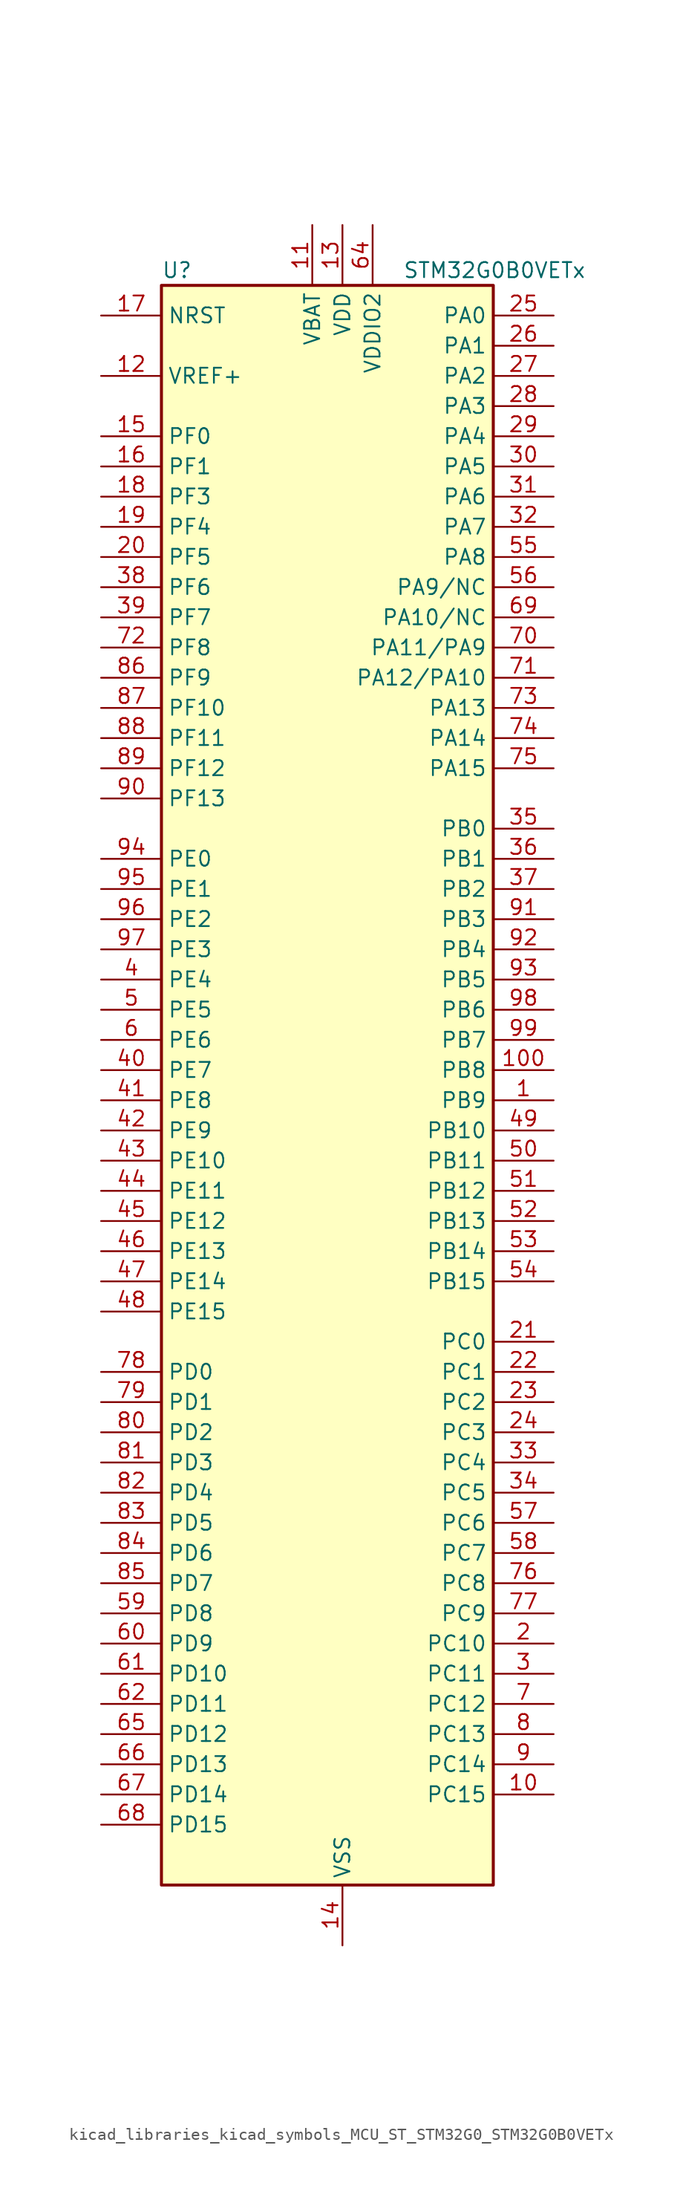
<source format=kicad_sym>
(kicad_symbol_lib
  (version 20220914)
  (generator kicad_symbol_editor)
  (symbol "kicad_libraries_kicad_symbols_MCU_ST_STM32G0_STM32G0B0VETx"
    (property "Reference" "U"
      (at -12.7 69.85 0)
      (effects (font (size 1.27 1.27)) (justify left)))
    (property "Value" "STM32G0B0VETx"
      (at 7.62 69.85 0)
      (effects (font (size 1.27 1.27)) (justify left)))
    (property "ki_locked" ""
      (at 0 0 0)
      (effects (font (size 1.27 1.27))))
    (symbol "kicad_libraries_kicad_symbols_MCU_ST_STM32G0_STM32G0B0VETx_0_1"
      (rectangle (start -12.7 -66.04) (end 15.24 68.58) (stroke (width 0.254) (type default)) (fill (type background))))
    (symbol "kicad_libraries_kicad_symbols_MCU_ST_STM32G0_STM32G0B0VETx_1_1"
      (pin bidirectional line (at 20.32 0 180) (length 5.08) (name "PB9" (effects (font (size 1.27 1.27)))) (number "1" (effects (font (size 1.27 1.27)))) (alternate "I2C1_SDA" bidirectional line) (alternate "I2S2_WS" bidirectional line) (alternate "IR_OUT" bidirectional line) (alternate "SPI2_NSS" bidirectional line) (alternate "TIM17_CH1" bidirectional line) (alternate "TIM4_CH4" bidirectional line) (alternate "USART3_RX" bidirectional line) (alternate "USART6_RX" bidirectional line))
      (pin bidirectional line (at 20.32 -58.42 180) (length 5.08) (name "PC15" (effects (font (size 1.27 1.27)))) (number "10" (effects (font (size 1.27 1.27)))) (alternate "RCC_OSC32_EN" bidirectional line) (alternate "RCC_OSC32_OUT" bidirectional line) (alternate "RCC_OSC_EN" bidirectional line) (alternate "TIM15_BK" bidirectional line))
      (pin bidirectional line (at 20.32 2.54 180) (length 5.08) (name "PB8" (effects (font (size 1.27 1.27)))) (number "100" (effects (font (size 1.27 1.27)))) (alternate "I2C1_SCL" bidirectional line) (alternate "I2S2_CK" bidirectional line) (alternate "SPI2_SCK" bidirectional line) (alternate "TIM15_BK" bidirectional line) (alternate "TIM16_CH1" bidirectional line) (alternate "TIM4_CH3" bidirectional line) (alternate "USART3_TX" bidirectional line) (alternate "USART6_TX" bidirectional line))
      (pin power_in line (at 0 73.66 270) (length 5.08) (name "VBAT" (effects (font (size 1.27 1.27)))) (number "11" (effects (font (size 1.27 1.27)))))
      (pin input line (at -17.78 60.96 0) (length 5.08) (name "VREF+" (effects (font (size 1.27 1.27)))) (number "12" (effects (font (size 1.27 1.27)))))
      (pin power_in line (at 2.54 73.66 270) (length 5.08) (name "VDD" (effects (font (size 1.27 1.27)))) (number "13" (effects (font (size 1.27 1.27)))))
      (pin power_in line (at 2.54 -71.12 90) (length 5.08) (name "VSS" (effects (font (size 1.27 1.27)))) (number "14" (effects (font (size 1.27 1.27)))))
      (pin bidirectional line (at -17.78 55.88 0) (length 5.08) (name "PF0" (effects (font (size 1.27 1.27)))) (number "15" (effects (font (size 1.27 1.27)))) (alternate "CRS1_SYNC" bidirectional line) (alternate "RCC_OSC_IN" bidirectional line) (alternate "TIM14_CH1" bidirectional line))
      (pin bidirectional line (at -17.78 53.34 0) (length 5.08) (name "PF1" (effects (font (size 1.27 1.27)))) (number "16" (effects (font (size 1.27 1.27)))) (alternate "RCC_OSC_EN" bidirectional line) (alternate "RCC_OSC_OUT" bidirectional line) (alternate "TIM15_CH1N" bidirectional line))
      (pin input line (at -17.78 66.04 0) (length 5.08) (name "NRST" (effects (font (size 1.27 1.27)))) (number "17" (effects (font (size 1.27 1.27)))))
      (pin bidirectional line (at -17.78 50.8 0) (length 5.08) (name "PF3" (effects (font (size 1.27 1.27)))) (number "18" (effects (font (size 1.27 1.27)))) (alternate "USART6_CK" bidirectional line) (alternate "USART6_DE" bidirectional line) (alternate "USART6_RTS" bidirectional line))
      (pin bidirectional line (at -17.78 48.26 0) (length 5.08) (name "PF4" (effects (font (size 1.27 1.27)))) (number "19" (effects (font (size 1.27 1.27)))))
      (pin bidirectional line (at 20.32 -45.72 180) (length 5.08) (name "PC10" (effects (font (size 1.27 1.27)))) (number "2" (effects (font (size 1.27 1.27)))) (alternate "SPI3_SCK" bidirectional line) (alternate "TIM1_CH3" bidirectional line) (alternate "USART3_TX" bidirectional line) (alternate "USART4_TX" bidirectional line))
      (pin bidirectional line (at -17.78 45.72 0) (length 5.08) (name "PF5" (effects (font (size 1.27 1.27)))) (number "20" (effects (font (size 1.27 1.27)))))
      (pin bidirectional line (at 20.32 -20.32 180) (length 5.08) (name "PC0" (effects (font (size 1.27 1.27)))) (number "21" (effects (font (size 1.27 1.27)))) (alternate "I2C3_SCL" bidirectional line) (alternate "USART6_TX" bidirectional line))
      (pin bidirectional line (at 20.32 -22.86 180) (length 5.08) (name "PC1" (effects (font (size 1.27 1.27)))) (number "22" (effects (font (size 1.27 1.27)))) (alternate "I2C3_SDA" bidirectional line) (alternate "TIM15_CH1" bidirectional line) (alternate "USART6_RX" bidirectional line))
      (pin bidirectional line (at 20.32 -25.4 180) (length 5.08) (name "PC2" (effects (font (size 1.27 1.27)))) (number "23" (effects (font (size 1.27 1.27)))) (alternate "I2S2_MCK" bidirectional line) (alternate "SPI2_MISO" bidirectional line) (alternate "TIM15_CH2" bidirectional line))
      (pin bidirectional line (at 20.32 -27.94 180) (length 5.08) (name "PC3" (effects (font (size 1.27 1.27)))) (number "24" (effects (font (size 1.27 1.27)))) (alternate "I2S2_SD" bidirectional line) (alternate "SPI2_MOSI" bidirectional line))
      (pin bidirectional line (at 20.32 66.04 180) (length 5.08) (name "PA0" (effects (font (size 1.27 1.27)))) (number "25" (effects (font (size 1.27 1.27)))) (alternate "ADC1_IN0" bidirectional line) (alternate "I2S2_CK" bidirectional line) (alternate "RTC_TAMP_IN2" bidirectional line) (alternate "SPI2_SCK" bidirectional line) (alternate "SYS_WKUP1" bidirectional line) (alternate "USART2_CTS" bidirectional line) (alternate "USART2_NSS" bidirectional line) (alternate "USART4_TX" bidirectional line))
      (pin bidirectional line (at 20.32 63.5 180) (length 5.08) (name "PA1" (effects (font (size 1.27 1.27)))) (number "26" (effects (font (size 1.27 1.27)))) (alternate "ADC1_IN1" bidirectional line) (alternate "I2C1_SMBA" bidirectional line) (alternate "I2S1_CK" bidirectional line) (alternate "SPI1_SCK" bidirectional line) (alternate "TIM15_CH1N" bidirectional line) (alternate "USART2_CK" bidirectional line) (alternate "USART2_DE" bidirectional line) (alternate "USART2_RTS" bidirectional line) (alternate "USART4_RX" bidirectional line))
      (pin bidirectional line (at 20.32 60.96 180) (length 5.08) (name "PA2" (effects (font (size 1.27 1.27)))) (number "27" (effects (font (size 1.27 1.27)))) (alternate "ADC1_IN2" bidirectional line) (alternate "I2S1_SD" bidirectional line) (alternate "RCC_LSCO" bidirectional line) (alternate "SPI1_MOSI" bidirectional line) (alternate "SYS_WKUP4" bidirectional line) (alternate "TIM15_CH1" bidirectional line) (alternate "USART2_TX" bidirectional line))
      (pin bidirectional line (at 20.32 58.42 180) (length 5.08) (name "PA3" (effects (font (size 1.27 1.27)))) (number "28" (effects (font (size 1.27 1.27)))) (alternate "ADC1_IN3" bidirectional line) (alternate "I2S2_MCK" bidirectional line) (alternate "SPI2_MISO" bidirectional line) (alternate "TIM15_CH2" bidirectional line) (alternate "USART2_RX" bidirectional line))
      (pin bidirectional line (at 20.32 55.88 180) (length 5.08) (name "PA4" (effects (font (size 1.27 1.27)))) (number "29" (effects (font (size 1.27 1.27)))) (alternate "ADC1_IN4" bidirectional line) (alternate "I2S1_WS" bidirectional line) (alternate "I2S2_SD" bidirectional line) (alternate "RTC_OUT2" bidirectional line) (alternate "SPI1_NSS" bidirectional line) (alternate "SPI2_MOSI" bidirectional line) (alternate "SPI3_NSS" bidirectional line) (alternate "TIM14_CH1" bidirectional line) (alternate "USART6_TX" bidirectional line) (alternate "USB_NOE" bidirectional line))
      (pin bidirectional line (at 20.32 -48.26 180) (length 5.08) (name "PC11" (effects (font (size 1.27 1.27)))) (number "3" (effects (font (size 1.27 1.27)))) (alternate "ADC1_EXTI11" bidirectional line) (alternate "SPI3_MISO" bidirectional line) (alternate "TIM1_CH4" bidirectional line) (alternate "USART3_RX" bidirectional line) (alternate "USART4_RX" bidirectional line))
      (pin bidirectional line (at 20.32 53.34 180) (length 5.08) (name "PA5" (effects (font (size 1.27 1.27)))) (number "30" (effects (font (size 1.27 1.27)))) (alternate "ADC1_IN5" bidirectional line) (alternate "I2S1_CK" bidirectional line) (alternate "SPI1_SCK" bidirectional line) (alternate "USART3_TX" bidirectional line) (alternate "USART6_RX" bidirectional line))
      (pin bidirectional line (at 20.32 50.8 180) (length 5.08) (name "PA6" (effects (font (size 1.27 1.27)))) (number "31" (effects (font (size 1.27 1.27)))) (alternate "ADC1_IN6" bidirectional line) (alternate "I2C2_SDA" bidirectional line) (alternate "I2C3_SDA" bidirectional line) (alternate "I2S1_MCK" bidirectional line) (alternate "SPI1_MISO" bidirectional line) (alternate "TIM16_CH1" bidirectional line) (alternate "TIM1_BK" bidirectional line) (alternate "TIM3_CH1" bidirectional line) (alternate "USART3_CTS" bidirectional line) (alternate "USART3_NSS" bidirectional line) (alternate "USART6_CTS" bidirectional line) (alternate "USART6_NSS" bidirectional line))
      (pin bidirectional line (at 20.32 48.26 180) (length 5.08) (name "PA7" (effects (font (size 1.27 1.27)))) (number "32" (effects (font (size 1.27 1.27)))) (alternate "ADC1_IN7" bidirectional line) (alternate "I2C2_SCL" bidirectional line) (alternate "I2C3_SCL" bidirectional line) (alternate "I2S1_SD" bidirectional line) (alternate "SPI1_MOSI" bidirectional line) (alternate "TIM14_CH1" bidirectional line) (alternate "TIM17_CH1" bidirectional line) (alternate "TIM1_CH1N" bidirectional line) (alternate "TIM3_CH2" bidirectional line) (alternate "USART6_CK" bidirectional line) (alternate "USART6_DE" bidirectional line) (alternate "USART6_RTS" bidirectional line))
      (pin bidirectional line (at 20.32 -30.48 180) (length 5.08) (name "PC4" (effects (font (size 1.27 1.27)))) (number "33" (effects (font (size 1.27 1.27)))) (alternate "ADC1_IN17" bidirectional line) (alternate "USART1_TX" bidirectional line) (alternate "USART3_TX" bidirectional line))
      (pin bidirectional line (at 20.32 -33.02 180) (length 5.08) (name "PC5" (effects (font (size 1.27 1.27)))) (number "34" (effects (font (size 1.27 1.27)))) (alternate "ADC1_IN18" bidirectional line) (alternate "SYS_WKUP5" bidirectional line) (alternate "USART1_RX" bidirectional line) (alternate "USART3_RX" bidirectional line))
      (pin bidirectional line (at 20.32 22.86 180) (length 5.08) (name "PB0" (effects (font (size 1.27 1.27)))) (number "35" (effects (font (size 1.27 1.27)))) (alternate "ADC1_IN8" bidirectional line) (alternate "I2S1_WS" bidirectional line) (alternate "SPI1_NSS" bidirectional line) (alternate "TIM1_CH2N" bidirectional line) (alternate "TIM3_CH3" bidirectional line) (alternate "USART3_RX" bidirectional line) (alternate "USART5_TX" bidirectional line))
      (pin bidirectional line (at 20.32 20.32 180) (length 5.08) (name "PB1" (effects (font (size 1.27 1.27)))) (number "36" (effects (font (size 1.27 1.27)))) (alternate "ADC1_IN9" bidirectional line) (alternate "TIM14_CH1" bidirectional line) (alternate "TIM1_CH3N" bidirectional line) (alternate "TIM3_CH4" bidirectional line) (alternate "USART3_CK" bidirectional line) (alternate "USART3_DE" bidirectional line) (alternate "USART3_RTS" bidirectional line) (alternate "USART5_RX" bidirectional line))
      (pin bidirectional line (at 20.32 17.78 180) (length 5.08) (name "PB2" (effects (font (size 1.27 1.27)))) (number "37" (effects (font (size 1.27 1.27)))) (alternate "ADC1_IN10" bidirectional line) (alternate "I2S2_MCK" bidirectional line) (alternate "RCC_MCO_2" bidirectional line) (alternate "SPI2_MISO" bidirectional line) (alternate "USART3_TX" bidirectional line))
      (pin bidirectional line (at -17.78 43.18 0) (length 5.08) (name "PF6" (effects (font (size 1.27 1.27)))) (number "38" (effects (font (size 1.27 1.27)))))
      (pin bidirectional line (at -17.78 40.64 0) (length 5.08) (name "PF7" (effects (font (size 1.27 1.27)))) (number "39" (effects (font (size 1.27 1.27)))) (alternate "USART5_CTS" bidirectional line) (alternate "USART5_NSS" bidirectional line))
      (pin bidirectional line (at -17.78 10.16 0) (length 5.08) (name "PE4" (effects (font (size 1.27 1.27)))) (number "4" (effects (font (size 1.27 1.27)))) (alternate "TIM3_CH2" bidirectional line))
      (pin bidirectional line (at -17.78 2.54 0) (length 5.08) (name "PE7" (effects (font (size 1.27 1.27)))) (number "40" (effects (font (size 1.27 1.27)))) (alternate "TIM1_ETR" bidirectional line) (alternate "USART5_CK" bidirectional line) (alternate "USART5_DE" bidirectional line) (alternate "USART5_RTS" bidirectional line))
      (pin bidirectional line (at -17.78 0 0) (length 5.08) (name "PE8" (effects (font (size 1.27 1.27)))) (number "41" (effects (font (size 1.27 1.27)))) (alternate "TIM1_CH1N" bidirectional line) (alternate "USART4_TX" bidirectional line))
      (pin bidirectional line (at -17.78 -2.54 0) (length 5.08) (name "PE9" (effects (font (size 1.27 1.27)))) (number "42" (effects (font (size 1.27 1.27)))) (alternate "TIM1_CH1" bidirectional line) (alternate "USART4_RX" bidirectional line))
      (pin bidirectional line (at -17.78 -5.08 0) (length 5.08) (name "PE10" (effects (font (size 1.27 1.27)))) (number "43" (effects (font (size 1.27 1.27)))) (alternate "TIM1_CH2N" bidirectional line) (alternate "USART5_TX" bidirectional line))
      (pin bidirectional line (at -17.78 -7.62 0) (length 5.08) (name "PE11" (effects (font (size 1.27 1.27)))) (number "44" (effects (font (size 1.27 1.27)))) (alternate "ADC1_EXTI11" bidirectional line) (alternate "TIM1_CH2" bidirectional line) (alternate "USART5_RX" bidirectional line))
      (pin bidirectional line (at -17.78 -10.16 0) (length 5.08) (name "PE12" (effects (font (size 1.27 1.27)))) (number "45" (effects (font (size 1.27 1.27)))) (alternate "I2S1_WS" bidirectional line) (alternate "SPI1_NSS" bidirectional line) (alternate "TIM1_CH3N" bidirectional line))
      (pin bidirectional line (at -17.78 -12.7 0) (length 5.08) (name "PE13" (effects (font (size 1.27 1.27)))) (number "46" (effects (font (size 1.27 1.27)))) (alternate "I2S1_CK" bidirectional line) (alternate "SPI1_SCK" bidirectional line) (alternate "TIM1_CH3" bidirectional line))
      (pin bidirectional line (at -17.78 -15.24 0) (length 5.08) (name "PE14" (effects (font (size 1.27 1.27)))) (number "47" (effects (font (size 1.27 1.27)))) (alternate "I2S1_MCK" bidirectional line) (alternate "SPI1_MISO" bidirectional line) (alternate "TIM1_BK2" bidirectional line) (alternate "TIM1_CH4" bidirectional line))
      (pin bidirectional line (at -17.78 -17.78 0) (length 5.08) (name "PE15" (effects (font (size 1.27 1.27)))) (number "48" (effects (font (size 1.27 1.27)))) (alternate "I2S1_SD" bidirectional line) (alternate "SPI1_MOSI" bidirectional line) (alternate "TIM1_BK" bidirectional line))
      (pin bidirectional line (at 20.32 -2.54 180) (length 5.08) (name "PB10" (effects (font (size 1.27 1.27)))) (number "49" (effects (font (size 1.27 1.27)))) (alternate "ADC1_IN11" bidirectional line) (alternate "I2C2_SCL" bidirectional line) (alternate "I2S2_CK" bidirectional line) (alternate "SPI2_SCK" bidirectional line) (alternate "USART3_TX" bidirectional line))
      (pin bidirectional line (at -17.78 7.62 0) (length 5.08) (name "PE5" (effects (font (size 1.27 1.27)))) (number "5" (effects (font (size 1.27 1.27)))) (alternate "TIM3_CH3" bidirectional line))
      (pin bidirectional line (at 20.32 -5.08 180) (length 5.08) (name "PB11" (effects (font (size 1.27 1.27)))) (number "50" (effects (font (size 1.27 1.27)))) (alternate "ADC1_EXTI11" bidirectional line) (alternate "ADC1_IN15" bidirectional line) (alternate "I2C2_SDA" bidirectional line) (alternate "I2S2_SD" bidirectional line) (alternate "SPI2_MOSI" bidirectional line) (alternate "USART3_RX" bidirectional line))
      (pin bidirectional line (at 20.32 -7.62 180) (length 5.08) (name "PB12" (effects (font (size 1.27 1.27)))) (number "51" (effects (font (size 1.27 1.27)))) (alternate "ADC1_IN16" bidirectional line) (alternate "I2C2_SMBA" bidirectional line) (alternate "I2S2_WS" bidirectional line) (alternate "SPI2_NSS" bidirectional line) (alternate "TIM15_BK" bidirectional line) (alternate "TIM1_BK" bidirectional line))
      (pin bidirectional line (at 20.32 -10.16 180) (length 5.08) (name "PB13" (effects (font (size 1.27 1.27)))) (number "52" (effects (font (size 1.27 1.27)))) (alternate "I2C2_SCL" bidirectional line) (alternate "I2S2_CK" bidirectional line) (alternate "SPI2_SCK" bidirectional line) (alternate "TIM15_CH1N" bidirectional line) (alternate "TIM1_CH1N" bidirectional line) (alternate "USART3_CTS" bidirectional line) (alternate "USART3_NSS" bidirectional line))
      (pin bidirectional line (at 20.32 -12.7 180) (length 5.08) (name "PB14" (effects (font (size 1.27 1.27)))) (number "53" (effects (font (size 1.27 1.27)))) (alternate "I2C2_SDA" bidirectional line) (alternate "I2S2_MCK" bidirectional line) (alternate "SPI2_MISO" bidirectional line) (alternate "TIM15_CH1" bidirectional line) (alternate "TIM1_CH2N" bidirectional line) (alternate "USART3_CK" bidirectional line) (alternate "USART3_DE" bidirectional line) (alternate "USART3_RTS" bidirectional line) (alternate "USART6_CK" bidirectional line) (alternate "USART6_DE" bidirectional line) (alternate "USART6_RTS" bidirectional line))
      (pin bidirectional line (at 20.32 -15.24 180) (length 5.08) (name "PB15" (effects (font (size 1.27 1.27)))) (number "54" (effects (font (size 1.27 1.27)))) (alternate "I2S2_SD" bidirectional line) (alternate "RTC_REFIN" bidirectional line) (alternate "SPI2_MOSI" bidirectional line) (alternate "TIM15_CH1N" bidirectional line) (alternate "TIM15_CH2" bidirectional line) (alternate "TIM1_CH3N" bidirectional line) (alternate "USART6_CTS" bidirectional line) (alternate "USART6_NSS" bidirectional line))
      (pin bidirectional line (at 20.32 45.72 180) (length 5.08) (name "PA8" (effects (font (size 1.27 1.27)))) (number "55" (effects (font (size 1.27 1.27)))) (alternate "CRS1_SYNC" bidirectional line) (alternate "I2C2_SMBA" bidirectional line) (alternate "I2S2_WS" bidirectional line) (alternate "RCC_MCO" bidirectional line) (alternate "SPI2_NSS" bidirectional line) (alternate "TIM1_CH1" bidirectional line))
      (pin bidirectional line (at 20.32 43.18 180) (length 5.08) (name "PA9/NC" (effects (font (size 1.27 1.27)))) (number "56" (effects (font (size 1.27 1.27)))) (alternate "I2C1_SCL" bidirectional line) (alternate "I2C2_SCL" bidirectional line) (alternate "I2S2_MCK" bidirectional line) (alternate "RCC_MCO" bidirectional line) (alternate "SPI2_MISO" bidirectional line) (alternate "TIM15_BK" bidirectional line) (alternate "TIM1_CH2" bidirectional line) (alternate "USART1_TX" bidirectional line))
      (pin bidirectional line (at 20.32 -35.56 180) (length 5.08) (name "PC6" (effects (font (size 1.27 1.27)))) (number "57" (effects (font (size 1.27 1.27)))) (alternate "TIM3_CH1" bidirectional line))
      (pin bidirectional line (at 20.32 -38.1 180) (length 5.08) (name "PC7" (effects (font (size 1.27 1.27)))) (number "58" (effects (font (size 1.27 1.27)))) (alternate "TIM3_CH2" bidirectional line))
      (pin bidirectional line (at -17.78 -43.18 0) (length 5.08) (name "PD8" (effects (font (size 1.27 1.27)))) (number "59" (effects (font (size 1.27 1.27)))) (alternate "I2S1_CK" bidirectional line) (alternate "SPI1_SCK" bidirectional line) (alternate "USART3_TX" bidirectional line))
      (pin bidirectional line (at -17.78 5.08 0) (length 5.08) (name "PE6" (effects (font (size 1.27 1.27)))) (number "6" (effects (font (size 1.27 1.27)))) (alternate "RTC_TAMP_IN3" bidirectional line) (alternate "SYS_WKUP3" bidirectional line) (alternate "TIM3_CH4" bidirectional line))
      (pin bidirectional line (at -17.78 -45.72 0) (length 5.08) (name "PD9" (effects (font (size 1.27 1.27)))) (number "60" (effects (font (size 1.27 1.27)))) (alternate "I2S1_WS" bidirectional line) (alternate "SPI1_NSS" bidirectional line) (alternate "TIM1_BK2" bidirectional line) (alternate "USART3_RX" bidirectional line))
      (pin bidirectional line (at -17.78 -48.26 0) (length 5.08) (name "PD10" (effects (font (size 1.27 1.27)))) (number "61" (effects (font (size 1.27 1.27)))) (alternate "RCC_MCO" bidirectional line))
      (pin bidirectional line (at -17.78 -50.8 0) (length 5.08) (name "PD11" (effects (font (size 1.27 1.27)))) (number "62" (effects (font (size 1.27 1.27)))) (alternate "ADC1_EXTI11" bidirectional line) (alternate "USART3_CTS" bidirectional line) (alternate "USART3_NSS" bidirectional line))
      (pin passive line (at 2.54 -71.12 90) (length 5.08) hide (name "VSS" (effects (font (size 1.27 1.27)))) (number "63" (effects (font (size 1.27 1.27)))))
      (pin power_in line (at 5.08 73.66 270) (length 5.08) (name "VDDIO2" (effects (font (size 1.27 1.27)))) (number "64" (effects (font (size 1.27 1.27)))))
      (pin bidirectional line (at -17.78 -53.34 0) (length 5.08) (name "PD12" (effects (font (size 1.27 1.27)))) (number "65" (effects (font (size 1.27 1.27)))) (alternate "TIM4_CH1" bidirectional line) (alternate "USART3_CK" bidirectional line) (alternate "USART3_DE" bidirectional line) (alternate "USART3_RTS" bidirectional line))
      (pin bidirectional line (at -17.78 -55.88 0) (length 5.08) (name "PD13" (effects (font (size 1.27 1.27)))) (number "66" (effects (font (size 1.27 1.27)))) (alternate "TIM4_CH2" bidirectional line))
      (pin bidirectional line (at -17.78 -58.42 0) (length 5.08) (name "PD14" (effects (font (size 1.27 1.27)))) (number "67" (effects (font (size 1.27 1.27)))) (alternate "TIM4_CH3" bidirectional line))
      (pin bidirectional line (at -17.78 -60.96 0) (length 5.08) (name "PD15" (effects (font (size 1.27 1.27)))) (number "68" (effects (font (size 1.27 1.27)))) (alternate "CRS1_SYNC" bidirectional line) (alternate "TIM4_CH4" bidirectional line))
      (pin bidirectional line (at 20.32 40.64 180) (length 5.08) (name "PA10/NC" (effects (font (size 1.27 1.27)))) (number "69" (effects (font (size 1.27 1.27)))) (alternate "I2C1_SDA" bidirectional line) (alternate "I2C2_SDA" bidirectional line) (alternate "I2S2_SD" bidirectional line) (alternate "RCC_MCO_2" bidirectional line) (alternate "SPI2_MOSI" bidirectional line) (alternate "TIM17_BK" bidirectional line) (alternate "TIM1_CH3" bidirectional line) (alternate "USART1_RX" bidirectional line))
      (pin bidirectional line (at 20.32 -50.8 180) (length 5.08) (name "PC12" (effects (font (size 1.27 1.27)))) (number "7" (effects (font (size 1.27 1.27)))) (alternate "SPI3_MOSI" bidirectional line) (alternate "TIM14_CH1" bidirectional line) (alternate "USART5_TX" bidirectional line))
      (pin bidirectional line (at 20.32 38.1 180) (length 5.08) (name "PA11/PA9" (effects (font (size 1.27 1.27)))) (number "70" (effects (font (size 1.27 1.27)))) (alternate "ADC1_EXTI11" bidirectional line) (alternate "I2C2_SCL" bidirectional line) (alternate "I2S1_MCK" bidirectional line) (alternate "SPI1_MISO" bidirectional line) (alternate "TIM1_BK2" bidirectional line) (alternate "TIM1_CH4" bidirectional line) (alternate "USART1_CTS" bidirectional line) (alternate "USART1_NSS" bidirectional line) (alternate "USB_DM" bidirectional line))
      (pin bidirectional line (at 20.32 35.56 180) (length 5.08) (name "PA12/PA10" (effects (font (size 1.27 1.27)))) (number "71" (effects (font (size 1.27 1.27)))) (alternate "I2C2_SDA" bidirectional line) (alternate "I2S1_SD" bidirectional line) (alternate "I2S_CKIN" bidirectional line) (alternate "SPI1_MOSI" bidirectional line) (alternate "TIM1_ETR" bidirectional line) (alternate "USART1_CK" bidirectional line) (alternate "USART1_DE" bidirectional line) (alternate "USART1_RTS" bidirectional line) (alternate "USB_DP" bidirectional line))
      (pin bidirectional line (at -17.78 38.1 0) (length 5.08) (name "PF8" (effects (font (size 1.27 1.27)))) (number "72" (effects (font (size 1.27 1.27)))))
      (pin bidirectional line (at 20.32 33.02 180) (length 5.08) (name "PA13" (effects (font (size 1.27 1.27)))) (number "73" (effects (font (size 1.27 1.27)))) (alternate "IR_OUT" bidirectional line) (alternate "SYS_SWDIO" bidirectional line) (alternate "USB_NOE" bidirectional line))
      (pin bidirectional line (at 20.32 30.48 180) (length 5.08) (name "PA14" (effects (font (size 1.27 1.27)))) (number "74" (effects (font (size 1.27 1.27)))) (alternate "SYS_SWCLK" bidirectional line) (alternate "USART2_TX" bidirectional line))
      (pin bidirectional line (at 20.32 27.94 180) (length 5.08) (name "PA15" (effects (font (size 1.27 1.27)))) (number "75" (effects (font (size 1.27 1.27)))) (alternate "I2C2_SMBA" bidirectional line) (alternate "I2S1_WS" bidirectional line) (alternate "RCC_MCO_2" bidirectional line) (alternate "SPI1_NSS" bidirectional line) (alternate "SPI3_NSS" bidirectional line) (alternate "USART2_RX" bidirectional line) (alternate "USART3_CK" bidirectional line) (alternate "USART3_DE" bidirectional line) (alternate "USART3_RTS" bidirectional line) (alternate "USART4_CK" bidirectional line) (alternate "USART4_DE" bidirectional line) (alternate "USART4_RTS" bidirectional line) (alternate "USB_NOE" bidirectional line))
      (pin bidirectional line (at 20.32 -40.64 180) (length 5.08) (name "PC8" (effects (font (size 1.27 1.27)))) (number "76" (effects (font (size 1.27 1.27)))) (alternate "TIM1_CH1" bidirectional line) (alternate "TIM3_CH3" bidirectional line))
      (pin bidirectional line (at 20.32 -43.18 180) (length 5.08) (name "PC9" (effects (font (size 1.27 1.27)))) (number "77" (effects (font (size 1.27 1.27)))) (alternate "I2S_CKIN" bidirectional line) (alternate "TIM1_CH2" bidirectional line) (alternate "TIM3_CH4" bidirectional line) (alternate "USB_NOE" bidirectional line))
      (pin bidirectional line (at -17.78 -22.86 0) (length 5.08) (name "PD0" (effects (font (size 1.27 1.27)))) (number "78" (effects (font (size 1.27 1.27)))) (alternate "I2S2_WS" bidirectional line) (alternate "SPI2_NSS" bidirectional line) (alternate "TIM16_CH1" bidirectional line))
      (pin bidirectional line (at -17.78 -25.4 0) (length 5.08) (name "PD1" (effects (font (size 1.27 1.27)))) (number "79" (effects (font (size 1.27 1.27)))) (alternate "I2S2_CK" bidirectional line) (alternate "SPI2_SCK" bidirectional line) (alternate "TIM17_CH1" bidirectional line))
      (pin bidirectional line (at 20.32 -53.34 180) (length 5.08) (name "PC13" (effects (font (size 1.27 1.27)))) (number "8" (effects (font (size 1.27 1.27)))) (alternate "RTC_OUT1" bidirectional line) (alternate "RTC_TAMP_IN1" bidirectional line) (alternate "RTC_TS" bidirectional line) (alternate "SYS_WKUP2" bidirectional line) (alternate "TIM1_BK" bidirectional line))
      (pin bidirectional line (at -17.78 -27.94 0) (length 5.08) (name "PD2" (effects (font (size 1.27 1.27)))) (number "80" (effects (font (size 1.27 1.27)))) (alternate "TIM1_CH1N" bidirectional line) (alternate "TIM3_ETR" bidirectional line) (alternate "USART3_CK" bidirectional line) (alternate "USART3_DE" bidirectional line) (alternate "USART3_RTS" bidirectional line) (alternate "USART5_RX" bidirectional line))
      (pin bidirectional line (at -17.78 -30.48 0) (length 5.08) (name "PD3" (effects (font (size 1.27 1.27)))) (number "81" (effects (font (size 1.27 1.27)))) (alternate "I2S2_MCK" bidirectional line) (alternate "SPI2_MISO" bidirectional line) (alternate "TIM1_CH2N" bidirectional line) (alternate "USART2_CTS" bidirectional line) (alternate "USART2_NSS" bidirectional line) (alternate "USART5_TX" bidirectional line))
      (pin bidirectional line (at -17.78 -33.02 0) (length 5.08) (name "PD4" (effects (font (size 1.27 1.27)))) (number "82" (effects (font (size 1.27 1.27)))) (alternate "I2S2_SD" bidirectional line) (alternate "SPI2_MOSI" bidirectional line) (alternate "TIM1_CH3N" bidirectional line) (alternate "USART2_CK" bidirectional line) (alternate "USART2_DE" bidirectional line) (alternate "USART2_RTS" bidirectional line) (alternate "USART5_CK" bidirectional line) (alternate "USART5_DE" bidirectional line) (alternate "USART5_RTS" bidirectional line))
      (pin bidirectional line (at -17.78 -35.56 0) (length 5.08) (name "PD5" (effects (font (size 1.27 1.27)))) (number "83" (effects (font (size 1.27 1.27)))) (alternate "I2S1_MCK" bidirectional line) (alternate "SPI1_MISO" bidirectional line) (alternate "TIM1_BK" bidirectional line) (alternate "USART2_TX" bidirectional line) (alternate "USART5_CTS" bidirectional line) (alternate "USART5_NSS" bidirectional line))
      (pin bidirectional line (at -17.78 -38.1 0) (length 5.08) (name "PD6" (effects (font (size 1.27 1.27)))) (number "84" (effects (font (size 1.27 1.27)))) (alternate "I2S1_SD" bidirectional line) (alternate "SPI1_MOSI" bidirectional line) (alternate "USART2_RX" bidirectional line))
      (pin bidirectional line (at -17.78 -40.64 0) (length 5.08) (name "PD7" (effects (font (size 1.27 1.27)))) (number "85" (effects (font (size 1.27 1.27)))) (alternate "RCC_MCO_2" bidirectional line))
      (pin bidirectional line (at -17.78 35.56 0) (length 5.08) (name "PF9" (effects (font (size 1.27 1.27)))) (number "86" (effects (font (size 1.27 1.27)))) (alternate "USART6_TX" bidirectional line))
      (pin bidirectional line (at -17.78 33.02 0) (length 5.08) (name "PF10" (effects (font (size 1.27 1.27)))) (number "87" (effects (font (size 1.27 1.27)))) (alternate "USART6_RX" bidirectional line))
      (pin bidirectional line (at -17.78 30.48 0) (length 5.08) (name "PF11" (effects (font (size 1.27 1.27)))) (number "88" (effects (font (size 1.27 1.27)))) (alternate "ADC1_EXTI11" bidirectional line) (alternate "USART6_CK" bidirectional line) (alternate "USART6_DE" bidirectional line) (alternate "USART6_RTS" bidirectional line))
      (pin bidirectional line (at -17.78 27.94 0) (length 5.08) (name "PF12" (effects (font (size 1.27 1.27)))) (number "89" (effects (font (size 1.27 1.27)))) (alternate "TIM15_CH1" bidirectional line) (alternate "USART6_CTS" bidirectional line) (alternate "USART6_NSS" bidirectional line))
      (pin bidirectional line (at 20.32 -55.88 180) (length 5.08) (name "PC14" (effects (font (size 1.27 1.27)))) (number "9" (effects (font (size 1.27 1.27)))) (alternate "RCC_OSC32_IN" bidirectional line) (alternate "TIM1_BK2" bidirectional line))
      (pin bidirectional line (at -17.78 25.4 0) (length 5.08) (name "PF13" (effects (font (size 1.27 1.27)))) (number "90" (effects (font (size 1.27 1.27)))) (alternate "TIM15_CH2" bidirectional line))
      (pin bidirectional line (at 20.32 15.24 180) (length 5.08) (name "PB3" (effects (font (size 1.27 1.27)))) (number "91" (effects (font (size 1.27 1.27)))) (alternate "I2C2_SCL" bidirectional line) (alternate "I2C3_SCL" bidirectional line) (alternate "I2S1_CK" bidirectional line) (alternate "SPI1_SCK" bidirectional line) (alternate "SPI3_SCK" bidirectional line) (alternate "TIM1_CH2" bidirectional line) (alternate "USART1_CK" bidirectional line) (alternate "USART1_DE" bidirectional line) (alternate "USART1_RTS" bidirectional line) (alternate "USART5_TX" bidirectional line))
      (pin bidirectional line (at 20.32 12.7 180) (length 5.08) (name "PB4" (effects (font (size 1.27 1.27)))) (number "92" (effects (font (size 1.27 1.27)))) (alternate "I2C2_SDA" bidirectional line) (alternate "I2C3_SDA" bidirectional line) (alternate "I2S1_MCK" bidirectional line) (alternate "SPI1_MISO" bidirectional line) (alternate "SPI3_MISO" bidirectional line) (alternate "TIM17_BK" bidirectional line) (alternate "TIM3_CH1" bidirectional line) (alternate "USART1_CTS" bidirectional line) (alternate "USART1_NSS" bidirectional line) (alternate "USART5_RX" bidirectional line))
      (pin bidirectional line (at 20.32 10.16 180) (length 5.08) (name "PB5" (effects (font (size 1.27 1.27)))) (number "93" (effects (font (size 1.27 1.27)))) (alternate "I2C1_SMBA" bidirectional line) (alternate "I2S1_SD" bidirectional line) (alternate "SPI1_MOSI" bidirectional line) (alternate "SPI3_MOSI" bidirectional line) (alternate "SYS_WKUP6" bidirectional line) (alternate "TIM16_BK" bidirectional line) (alternate "TIM3_CH2" bidirectional line) (alternate "USART5_CK" bidirectional line) (alternate "USART5_DE" bidirectional line) (alternate "USART5_RTS" bidirectional line))
      (pin bidirectional line (at -17.78 20.32 0) (length 5.08) (name "PE0" (effects (font (size 1.27 1.27)))) (number "94" (effects (font (size 1.27 1.27)))) (alternate "TIM16_CH1" bidirectional line) (alternate "TIM4_ETR" bidirectional line))
      (pin bidirectional line (at -17.78 17.78 0) (length 5.08) (name "PE1" (effects (font (size 1.27 1.27)))) (number "95" (effects (font (size 1.27 1.27)))) (alternate "TIM17_CH1" bidirectional line))
      (pin bidirectional line (at -17.78 15.24 0) (length 5.08) (name "PE2" (effects (font (size 1.27 1.27)))) (number "96" (effects (font (size 1.27 1.27)))) (alternate "TIM3_ETR" bidirectional line))
      (pin bidirectional line (at -17.78 12.7 0) (length 5.08) (name "PE3" (effects (font (size 1.27 1.27)))) (number "97" (effects (font (size 1.27 1.27)))) (alternate "TIM3_CH1" bidirectional line))
      (pin bidirectional line (at 20.32 7.62 180) (length 5.08) (name "PB6" (effects (font (size 1.27 1.27)))) (number "98" (effects (font (size 1.27 1.27)))) (alternate "I2C1_SCL" bidirectional line) (alternate "I2S2_MCK" bidirectional line) (alternate "SPI2_MISO" bidirectional line) (alternate "TIM16_CH1N" bidirectional line) (alternate "TIM1_CH3" bidirectional line) (alternate "TIM4_CH1" bidirectional line) (alternate "USART1_TX" bidirectional line) (alternate "USART5_CTS" bidirectional line) (alternate "USART5_NSS" bidirectional line))
      (pin bidirectional line (at 20.32 5.08 180) (length 5.08) (name "PB7" (effects (font (size 1.27 1.27)))) (number "99" (effects (font (size 1.27 1.27)))) (alternate "I2C1_SDA" bidirectional line) (alternate "I2S2_SD" bidirectional line) (alternate "SPI2_MOSI" bidirectional line) (alternate "TIM17_CH1N" bidirectional line) (alternate "TIM4_CH2" bidirectional line) (alternate "USART1_RX" bidirectional line) (alternate "USART4_CTS" bidirectional line) (alternate "USART4_NSS" bidirectional line)))))
</source>
